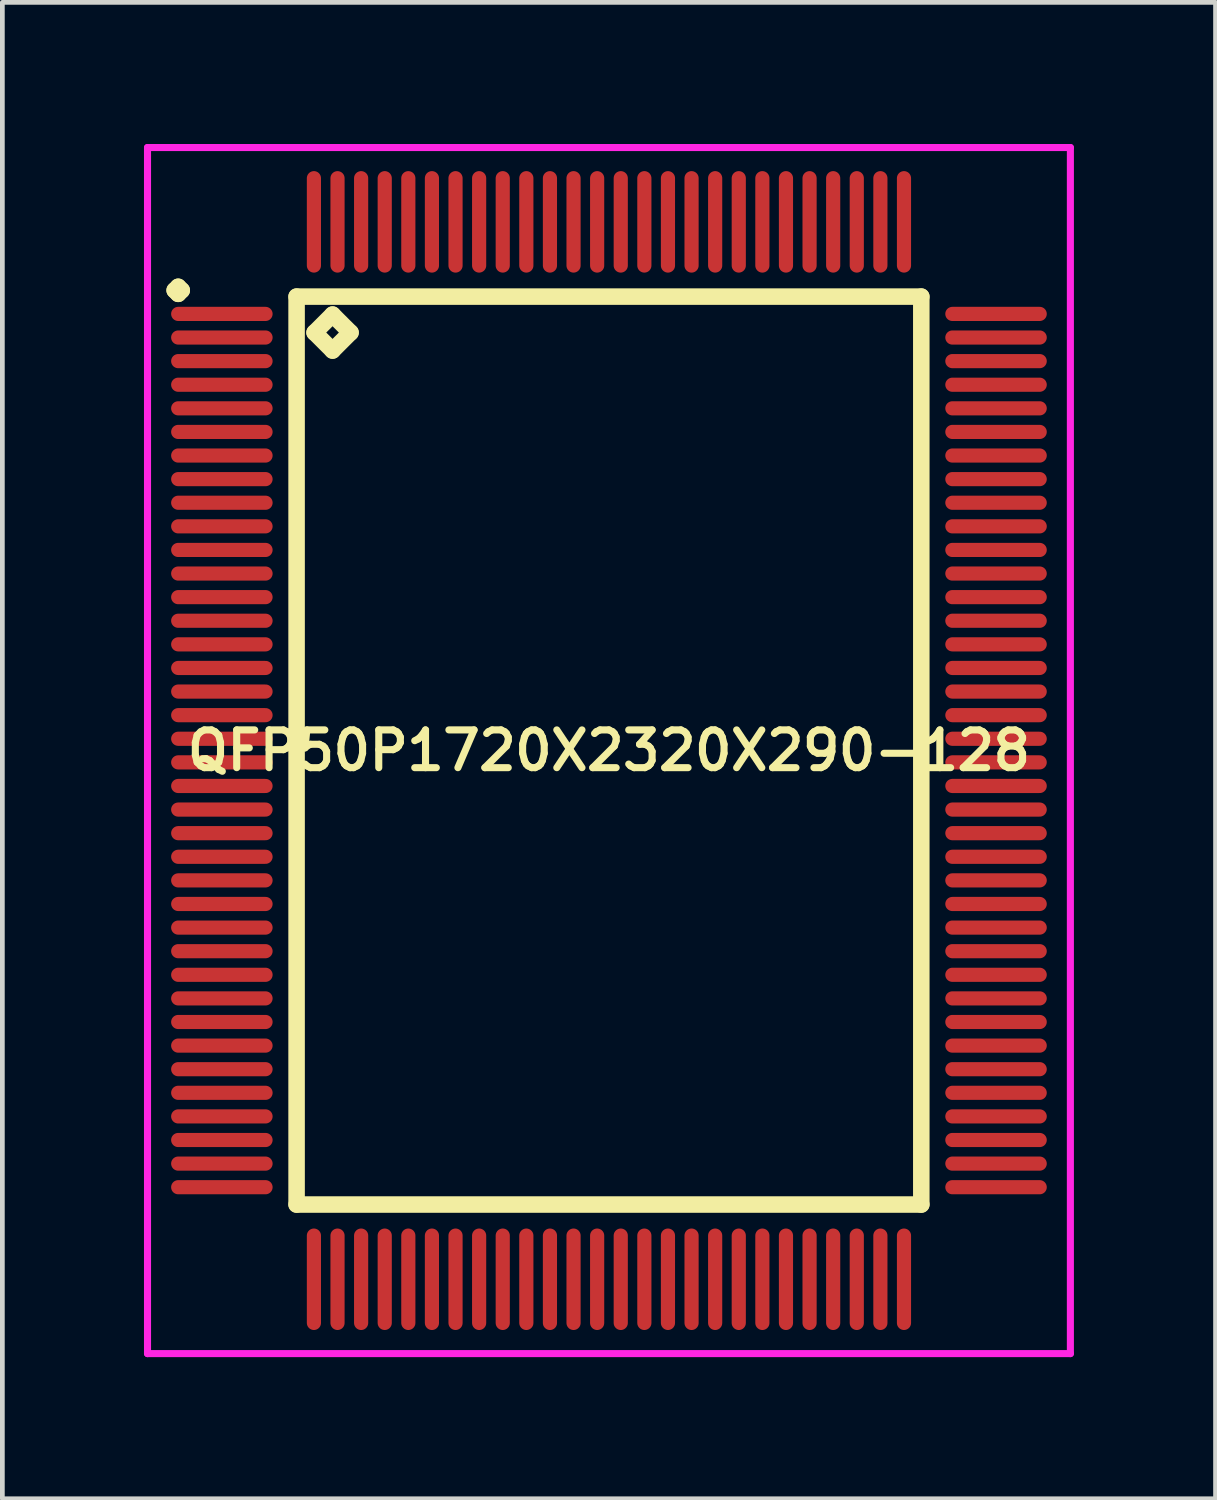
<source format=kicad_pcb>
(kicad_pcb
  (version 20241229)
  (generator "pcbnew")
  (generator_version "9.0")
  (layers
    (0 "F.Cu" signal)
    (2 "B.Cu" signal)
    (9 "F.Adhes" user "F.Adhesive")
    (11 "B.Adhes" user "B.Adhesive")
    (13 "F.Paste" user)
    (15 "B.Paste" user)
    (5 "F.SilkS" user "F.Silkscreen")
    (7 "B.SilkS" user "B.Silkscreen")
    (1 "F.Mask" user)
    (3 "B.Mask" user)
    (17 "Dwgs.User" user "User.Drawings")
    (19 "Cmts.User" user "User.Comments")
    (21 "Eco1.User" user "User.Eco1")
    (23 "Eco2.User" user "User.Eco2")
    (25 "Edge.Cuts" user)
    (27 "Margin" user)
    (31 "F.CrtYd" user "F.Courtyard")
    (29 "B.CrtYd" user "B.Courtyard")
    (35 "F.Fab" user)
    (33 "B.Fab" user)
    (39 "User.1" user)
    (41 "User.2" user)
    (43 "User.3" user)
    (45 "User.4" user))
  (footprint "QFP50P1720X2320X290-128"
    (layer "F.Cu")
    (at 9.85 12.85)
    (property "Reference" "QFP50P1720X2320X290-128" (at 0 0 0) (layer "F.SilkS") (effects (font (size 0.8 0.8) (thickness 0.15))))
    (attr smd)
    (fp_line (start -9.2 -9.75) (end -9.125 -9.825) (stroke (width 0.35) (type solid)) (layer "F.SilkS"))
    (fp_line (start -9.125 -9.825) (end -9.05 -9.75) (stroke (width 0.35) (type solid)) (layer "F.SilkS"))
    (fp_line (start -9.125 -9.675) (end -9.2 -9.75) (stroke (width 0.35) (type solid)) (layer "F.SilkS"))
    (fp_line (start -9.05 -9.75) (end -9.125 -9.675) (stroke (width 0.35) (type solid)) (layer "F.SilkS"))
    (fp_line (start -6.617 -9.617) (end -6.617 9.617) (stroke (width 0.35) (type solid)) (layer "F.SilkS"))
    (fp_line (start -6.617 9.617) (end 6.617 9.617) (stroke (width 0.35) (type solid)) (layer "F.SilkS"))
    (fp_line (start -6.236 -8.855) (end -5.855 -9.236) (stroke (width 0.35) (type solid)) (layer "F.SilkS"))
    (fp_line (start -5.855 -9.236) (end -5.474 -8.855) (stroke (width 0.35) (type solid)) (layer "F.SilkS"))
    (fp_line (start -5.855 -8.474) (end -6.236 -8.855) (stroke (width 0.35) (type solid)) (layer "F.SilkS"))
    (fp_line (start -5.474 -8.855) (end -5.855 -8.474) (stroke (width 0.35) (type solid)) (layer "F.SilkS"))
    (fp_line (start 6.617 -9.617) (end -6.617 -9.617) (stroke (width 0.35) (type solid)) (layer "F.SilkS"))
    (fp_line (start 6.617 9.617) (end 6.617 -9.617) (stroke (width 0.35) (type solid)) (layer "F.SilkS"))
    (fp_line (start -9.775 -12.775) (end 9.775 -12.775) (stroke (width 0.15) (type solid)) (layer "F.CrtYd"))
    (fp_line (start -9.775 12.775) (end -9.775 -12.775) (stroke (width 0.15) (type solid)) (layer "F.CrtYd"))
    (fp_line (start 9.775 -12.775) (end 9.775 12.775) (stroke (width 0.15) (type solid)) (layer "F.CrtYd"))
    (fp_line (start 9.775 12.775) (end -9.775 12.775) (stroke (width 0.15) (type solid)) (layer "F.CrtYd"))
    (pad "1" smd oval (at -8.2 -9.25) (size 2.15 0.3) (layers "F.Cu" "F.Mask" "F.Paste"))
    (pad "2" smd oval (at -8.2 -8.75) (size 2.15 0.3) (layers "F.Cu" "F.Mask" "F.Paste"))
    (pad "3" smd oval (at -8.2 -8.25) (size 2.15 0.3) (layers "F.Cu" "F.Mask" "F.Paste"))
    (pad "4" smd oval (at -8.2 -7.75) (size 2.15 0.3) (layers "F.Cu" "F.Mask" "F.Paste"))
    (pad "5" smd oval (at -8.2 -7.25) (size 2.15 0.3) (layers "F.Cu" "F.Mask" "F.Paste"))
    (pad "6" smd oval (at -8.2 -6.75) (size 2.15 0.3) (layers "F.Cu" "F.Mask" "F.Paste"))
    (pad "7" smd oval (at -8.2 -6.25) (size 2.15 0.3) (layers "F.Cu" "F.Mask" "F.Paste"))
    (pad "8" smd oval (at -8.2 -5.75) (size 2.15 0.3) (layers "F.Cu" "F.Mask" "F.Paste"))
    (pad "9" smd oval (at -8.2 -5.25) (size 2.15 0.3) (layers "F.Cu" "F.Mask" "F.Paste"))
    (pad "10" smd oval (at -8.2 -4.75) (size 2.15 0.3) (layers "F.Cu" "F.Mask" "F.Paste"))
    (pad "11" smd oval (at -8.2 -4.25) (size 2.15 0.3) (layers "F.Cu" "F.Mask" "F.Paste"))
    (pad "12" smd oval (at -8.2 -3.75) (size 2.15 0.3) (layers "F.Cu" "F.Mask" "F.Paste"))
    (pad "13" smd oval (at -8.2 -3.25) (size 2.15 0.3) (layers "F.Cu" "F.Mask" "F.Paste"))
    (pad "14" smd oval (at -8.2 -2.75) (size 2.15 0.3) (layers "F.Cu" "F.Mask" "F.Paste"))
    (pad "15" smd oval (at -8.2 -2.25) (size 2.15 0.3) (layers "F.Cu" "F.Mask" "F.Paste"))
    (pad "16" smd oval (at -8.2 -1.75) (size 2.15 0.3) (layers "F.Cu" "F.Mask" "F.Paste"))
    (pad "17" smd oval (at -8.2 -1.25) (size 2.15 0.3) (layers "F.Cu" "F.Mask" "F.Paste"))
    (pad "18" smd oval (at -8.2 -0.75) (size 2.15 0.3) (layers "F.Cu" "F.Mask" "F.Paste"))
    (pad "19" smd oval (at -8.2 -0.25) (size 2.15 0.3) (layers "F.Cu" "F.Mask" "F.Paste"))
    (pad "20" smd oval (at -8.2 0.25) (size 2.15 0.3) (layers "F.Cu" "F.Mask" "F.Paste"))
    (pad "21" smd oval (at -8.2 0.75) (size 2.15 0.3) (layers "F.Cu" "F.Mask" "F.Paste"))
    (pad "22" smd oval (at -8.2 1.25) (size 2.15 0.3) (layers "F.Cu" "F.Mask" "F.Paste"))
    (pad "23" smd oval (at -8.2 1.75) (size 2.15 0.3) (layers "F.Cu" "F.Mask" "F.Paste"))
    (pad "24" smd oval (at -8.2 2.25) (size 2.15 0.3) (layers "F.Cu" "F.Mask" "F.Paste"))
    (pad "25" smd oval (at -8.2 2.75) (size 2.15 0.3) (layers "F.Cu" "F.Mask" "F.Paste"))
    (pad "26" smd oval (at -8.2 3.25) (size 2.15 0.3) (layers "F.Cu" "F.Mask" "F.Paste"))
    (pad "27" smd oval (at -8.2 3.75) (size 2.15 0.3) (layers "F.Cu" "F.Mask" "F.Paste"))
    (pad "28" smd oval (at -8.2 4.25) (size 2.15 0.3) (layers "F.Cu" "F.Mask" "F.Paste"))
    (pad "29" smd oval (at -8.2 4.75) (size 2.15 0.3) (layers "F.Cu" "F.Mask" "F.Paste"))
    (pad "30" smd oval (at -8.2 5.25) (size 2.15 0.3) (layers "F.Cu" "F.Mask" "F.Paste"))
    (pad "31" smd oval (at -8.2 5.75) (size 2.15 0.3) (layers "F.Cu" "F.Mask" "F.Paste"))
    (pad "32" smd oval (at -8.2 6.25) (size 2.15 0.3) (layers "F.Cu" "F.Mask" "F.Paste"))
    (pad "33" smd oval (at -8.2 6.75) (size 2.15 0.3) (layers "F.Cu" "F.Mask" "F.Paste"))
    (pad "34" smd oval (at -8.2 7.25) (size 2.15 0.3) (layers "F.Cu" "F.Mask" "F.Paste"))
    (pad "35" smd oval (at -8.2 7.75) (size 2.15 0.3) (layers "F.Cu" "F.Mask" "F.Paste"))
    (pad "36" smd oval (at -8.2 8.25) (size 2.15 0.3) (layers "F.Cu" "F.Mask" "F.Paste"))
    (pad "37" smd oval (at -8.2 8.75) (size 2.15 0.3) (layers "F.Cu" "F.Mask" "F.Paste"))
    (pad "38" smd oval (at -8.2 9.25) (size 2.15 0.3) (layers "F.Cu" "F.Mask" "F.Paste"))
    (pad "39" smd oval (at -6.25 11.2) (size 0.3 2.15) (layers "F.Cu" "F.Mask" "F.Paste"))
    (pad "40" smd oval (at -5.75 11.2) (size 0.3 2.15) (layers "F.Cu" "F.Mask" "F.Paste"))
    (pad "41" smd oval (at -5.25 11.2) (size 0.3 2.15) (layers "F.Cu" "F.Mask" "F.Paste"))
    (pad "42" smd oval (at -4.75 11.2) (size 0.3 2.15) (layers "F.Cu" "F.Mask" "F.Paste"))
    (pad "43" smd oval (at -4.25 11.2) (size 0.3 2.15) (layers "F.Cu" "F.Mask" "F.Paste"))
    (pad "44" smd oval (at -3.75 11.2) (size 0.3 2.15) (layers "F.Cu" "F.Mask" "F.Paste"))
    (pad "45" smd oval (at -3.25 11.2) (size 0.3 2.15) (layers "F.Cu" "F.Mask" "F.Paste"))
    (pad "46" smd oval (at -2.75 11.2) (size 0.3 2.15) (layers "F.Cu" "F.Mask" "F.Paste"))
    (pad "47" smd oval (at -2.25 11.2) (size 0.3 2.15) (layers "F.Cu" "F.Mask" "F.Paste"))
    (pad "48" smd oval (at -1.75 11.2) (size 0.3 2.15) (layers "F.Cu" "F.Mask" "F.Paste"))
    (pad "49" smd oval (at -1.25 11.2) (size 0.3 2.15) (layers "F.Cu" "F.Mask" "F.Paste"))
    (pad "50" smd oval (at -0.75 11.2) (size 0.3 2.15) (layers "F.Cu" "F.Mask" "F.Paste"))
    (pad "51" smd oval (at -0.25 11.2) (size 0.3 2.15) (layers "F.Cu" "F.Mask" "F.Paste"))
    (pad "52" smd oval (at 0.25 11.2) (size 0.3 2.15) (layers "F.Cu" "F.Mask" "F.Paste"))
    (pad "53" smd oval (at 0.75 11.2) (size 0.3 2.15) (layers "F.Cu" "F.Mask" "F.Paste"))
    (pad "54" smd oval (at 1.25 11.2) (size 0.3 2.15) (layers "F.Cu" "F.Mask" "F.Paste"))
    (pad "55" smd oval (at 1.75 11.2) (size 0.3 2.15) (layers "F.Cu" "F.Mask" "F.Paste"))
    (pad "56" smd oval (at 2.25 11.2) (size 0.3 2.15) (layers "F.Cu" "F.Mask" "F.Paste"))
    (pad "57" smd oval (at 2.75 11.2) (size 0.3 2.15) (layers "F.Cu" "F.Mask" "F.Paste"))
    (pad "58" smd oval (at 3.25 11.2) (size 0.3 2.15) (layers "F.Cu" "F.Mask" "F.Paste"))
    (pad "59" smd oval (at 3.75 11.2) (size 0.3 2.15) (layers "F.Cu" "F.Mask" "F.Paste"))
    (pad "60" smd oval (at 4.25 11.2) (size 0.3 2.15) (layers "F.Cu" "F.Mask" "F.Paste"))
    (pad "61" smd oval (at 4.75 11.2) (size 0.3 2.15) (layers "F.Cu" "F.Mask" "F.Paste"))
    (pad "62" smd oval (at 5.25 11.2) (size 0.3 2.15) (layers "F.Cu" "F.Mask" "F.Paste"))
    (pad "63" smd oval (at 5.75 11.2) (size 0.3 2.15) (layers "F.Cu" "F.Mask" "F.Paste"))
    (pad "64" smd oval (at 6.25 11.2) (size 0.3 2.15) (layers "F.Cu" "F.Mask" "F.Paste"))
    (pad "65" smd oval (at 8.2 9.25) (size 2.15 0.3) (layers "F.Cu" "F.Mask" "F.Paste"))
    (pad "66" smd oval (at 8.2 8.75) (size 2.15 0.3) (layers "F.Cu" "F.Mask" "F.Paste"))
    (pad "67" smd oval (at 8.2 8.25) (size 2.15 0.3) (layers "F.Cu" "F.Mask" "F.Paste"))
    (pad "68" smd oval (at 8.2 7.75) (size 2.15 0.3) (layers "F.Cu" "F.Mask" "F.Paste"))
    (pad "69" smd oval (at 8.2 7.25) (size 2.15 0.3) (layers "F.Cu" "F.Mask" "F.Paste"))
    (pad "70" smd oval (at 8.2 6.75) (size 2.15 0.3) (layers "F.Cu" "F.Mask" "F.Paste"))
    (pad "71" smd oval (at 8.2 6.25) (size 2.15 0.3) (layers "F.Cu" "F.Mask" "F.Paste"))
    (pad "72" smd oval (at 8.2 5.75) (size 2.15 0.3) (layers "F.Cu" "F.Mask" "F.Paste"))
    (pad "73" smd oval (at 8.2 5.25) (size 2.15 0.3) (layers "F.Cu" "F.Mask" "F.Paste"))
    (pad "74" smd oval (at 8.2 4.75) (size 2.15 0.3) (layers "F.Cu" "F.Mask" "F.Paste"))
    (pad "75" smd oval (at 8.2 4.25) (size 2.15 0.3) (layers "F.Cu" "F.Mask" "F.Paste"))
    (pad "76" smd oval (at 8.2 3.75) (size 2.15 0.3) (layers "F.Cu" "F.Mask" "F.Paste"))
    (pad "77" smd oval (at 8.2 3.25) (size 2.15 0.3) (layers "F.Cu" "F.Mask" "F.Paste"))
    (pad "78" smd oval (at 8.2 2.75) (size 2.15 0.3) (layers "F.Cu" "F.Mask" "F.Paste"))
    (pad "79" smd oval (at 8.2 2.25) (size 2.15 0.3) (layers "F.Cu" "F.Mask" "F.Paste"))
    (pad "80" smd oval (at 8.2 1.75) (size 2.15 0.3) (layers "F.Cu" "F.Mask" "F.Paste"))
    (pad "81" smd oval (at 8.2 1.25) (size 2.15 0.3) (layers "F.Cu" "F.Mask" "F.Paste"))
    (pad "82" smd oval (at 8.2 0.75) (size 2.15 0.3) (layers "F.Cu" "F.Mask" "F.Paste"))
    (pad "83" smd oval (at 8.2 0.25) (size 2.15 0.3) (layers "F.Cu" "F.Mask" "F.Paste"))
    (pad "84" smd oval (at 8.2 -0.25) (size 2.15 0.3) (layers "F.Cu" "F.Mask" "F.Paste"))
    (pad "85" smd oval (at 8.2 -0.75) (size 2.15 0.3) (layers "F.Cu" "F.Mask" "F.Paste"))
    (pad "86" smd oval (at 8.2 -1.25) (size 2.15 0.3) (layers "F.Cu" "F.Mask" "F.Paste"))
    (pad "87" smd oval (at 8.2 -1.75) (size 2.15 0.3) (layers "F.Cu" "F.Mask" "F.Paste"))
    (pad "88" smd oval (at 8.2 -2.25) (size 2.15 0.3) (layers "F.Cu" "F.Mask" "F.Paste"))
    (pad "89" smd oval (at 8.2 -2.75) (size 2.15 0.3) (layers "F.Cu" "F.Mask" "F.Paste"))
    (pad "90" smd oval (at 8.2 -3.25) (size 2.15 0.3) (layers "F.Cu" "F.Mask" "F.Paste"))
    (pad "91" smd oval (at 8.2 -3.75) (size 2.15 0.3) (layers "F.Cu" "F.Mask" "F.Paste"))
    (pad "92" smd oval (at 8.2 -4.25) (size 2.15 0.3) (layers "F.Cu" "F.Mask" "F.Paste"))
    (pad "93" smd oval (at 8.2 -4.75) (size 2.15 0.3) (layers "F.Cu" "F.Mask" "F.Paste"))
    (pad "94" smd oval (at 8.2 -5.25) (size 2.15 0.3) (layers "F.Cu" "F.Mask" "F.Paste"))
    (pad "95" smd oval (at 8.2 -5.75) (size 2.15 0.3) (layers "F.Cu" "F.Mask" "F.Paste"))
    (pad "96" smd oval (at 8.2 -6.25) (size 2.15 0.3) (layers "F.Cu" "F.Mask" "F.Paste"))
    (pad "97" smd oval (at 8.2 -6.75) (size 2.15 0.3) (layers "F.Cu" "F.Mask" "F.Paste"))
    (pad "98" smd oval (at 8.2 -7.25) (size 2.15 0.3) (layers "F.Cu" "F.Mask" "F.Paste"))
    (pad "99" smd oval (at 8.2 -7.75) (size 2.15 0.3) (layers "F.Cu" "F.Mask" "F.Paste"))
    (pad "100" smd oval (at 8.2 -8.25) (size 2.15 0.3) (layers "F.Cu" "F.Mask" "F.Paste"))
    (pad "101" smd oval (at 8.2 -8.75) (size 2.15 0.3) (layers "F.Cu" "F.Mask" "F.Paste"))
    (pad "102" smd oval (at 8.2 -9.25) (size 2.15 0.3) (layers "F.Cu" "F.Mask" "F.Paste"))
    (pad "103" smd oval (at 6.25 -11.2) (size 0.3 2.15) (layers "F.Cu" "F.Mask" "F.Paste"))
    (pad "104" smd oval (at 5.75 -11.2) (size 0.3 2.15) (layers "F.Cu" "F.Mask" "F.Paste"))
    (pad "105" smd oval (at 5.25 -11.2) (size 0.3 2.15) (layers "F.Cu" "F.Mask" "F.Paste"))
    (pad "106" smd oval (at 4.75 -11.2) (size 0.3 2.15) (layers "F.Cu" "F.Mask" "F.Paste"))
    (pad "107" smd oval (at 4.25 -11.2) (size 0.3 2.15) (layers "F.Cu" "F.Mask" "F.Paste"))
    (pad "108" smd oval (at 3.75 -11.2) (size 0.3 2.15) (layers "F.Cu" "F.Mask" "F.Paste"))
    (pad "109" smd oval (at 3.25 -11.2) (size 0.3 2.15) (layers "F.Cu" "F.Mask" "F.Paste"))
    (pad "110" smd oval (at 2.75 -11.2) (size 0.3 2.15) (layers "F.Cu" "F.Mask" "F.Paste"))
    (pad "111" smd oval (at 2.25 -11.2) (size 0.3 2.15) (layers "F.Cu" "F.Mask" "F.Paste"))
    (pad "112" smd oval (at 1.75 -11.2) (size 0.3 2.15) (layers "F.Cu" "F.Mask" "F.Paste"))
    (pad "113" smd oval (at 1.25 -11.2) (size 0.3 2.15) (layers "F.Cu" "F.Mask" "F.Paste"))
    (pad "114" smd oval (at 0.75 -11.2) (size 0.3 2.15) (layers "F.Cu" "F.Mask" "F.Paste"))
    (pad "115" smd oval (at 0.25 -11.2) (size 0.3 2.15) (layers "F.Cu" "F.Mask" "F.Paste"))
    (pad "116" smd oval (at -0.25 -11.2) (size 0.3 2.15) (layers "F.Cu" "F.Mask" "F.Paste"))
    (pad "117" smd oval (at -0.75 -11.2) (size 0.3 2.15) (layers "F.Cu" "F.Mask" "F.Paste"))
    (pad "118" smd oval (at -1.25 -11.2) (size 0.3 2.15) (layers "F.Cu" "F.Mask" "F.Paste"))
    (pad "119" smd oval (at -1.75 -11.2) (size 0.3 2.15) (layers "F.Cu" "F.Mask" "F.Paste"))
    (pad "120" smd oval (at -2.25 -11.2) (size 0.3 2.15) (layers "F.Cu" "F.Mask" "F.Paste"))
    (pad "121" smd oval (at -2.75 -11.2) (size 0.3 2.15) (layers "F.Cu" "F.Mask" "F.Paste"))
    (pad "122" smd oval (at -3.25 -11.2) (size 0.3 2.15) (layers "F.Cu" "F.Mask" "F.Paste"))
    (pad "123" smd oval (at -3.75 -11.2) (size 0.3 2.15) (layers "F.Cu" "F.Mask" "F.Paste"))
    (pad "124" smd oval (at -4.25 -11.2) (size 0.3 2.15) (layers "F.Cu" "F.Mask" "F.Paste"))
    (pad "125" smd oval (at -4.75 -11.2) (size 0.3 2.15) (layers "F.Cu" "F.Mask" "F.Paste"))
    (pad "126" smd oval (at -5.25 -11.2) (size 0.3 2.15) (layers "F.Cu" "F.Mask" "F.Paste"))
    (pad "127" smd oval (at -5.75 -11.2) (size 0.3 2.15) (layers "F.Cu" "F.Mask" "F.Paste"))
    (pad "128" smd oval (at -6.25 -11.2) (size 0.3 2.15) (layers "F.Cu" "F.Mask" "F.Paste")))
  (gr_rect
    (start -3 -3)
    (end 22.7 28.7)
    (stroke (width 0.1) (type default))
    (fill no)
    (layer "Edge.Cuts")))
</source>
